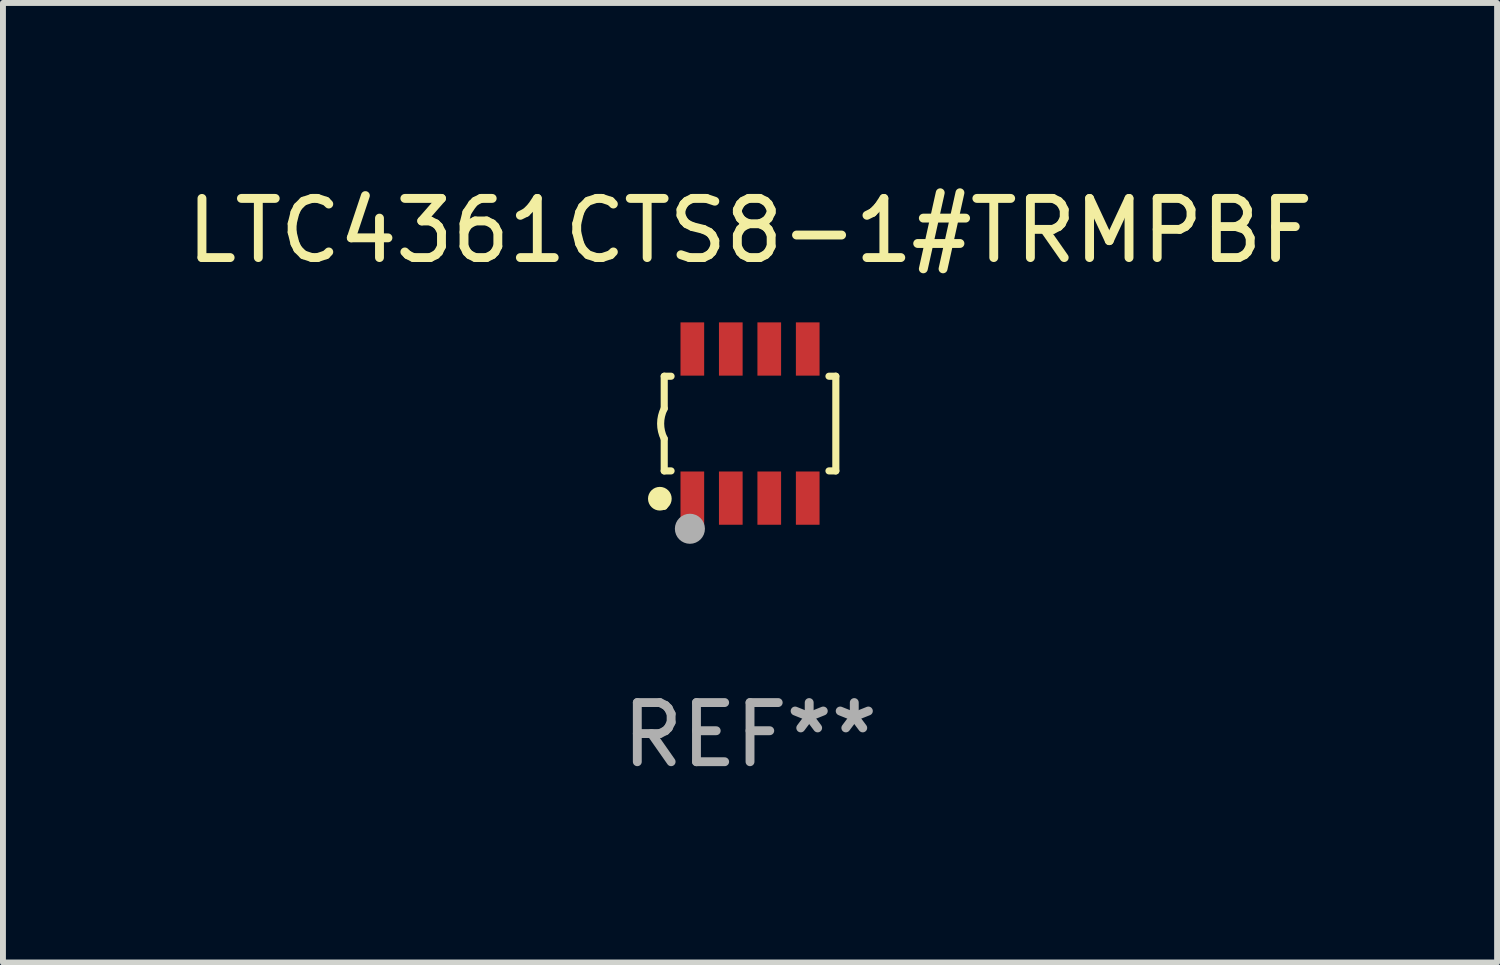
<source format=kicad_pcb>
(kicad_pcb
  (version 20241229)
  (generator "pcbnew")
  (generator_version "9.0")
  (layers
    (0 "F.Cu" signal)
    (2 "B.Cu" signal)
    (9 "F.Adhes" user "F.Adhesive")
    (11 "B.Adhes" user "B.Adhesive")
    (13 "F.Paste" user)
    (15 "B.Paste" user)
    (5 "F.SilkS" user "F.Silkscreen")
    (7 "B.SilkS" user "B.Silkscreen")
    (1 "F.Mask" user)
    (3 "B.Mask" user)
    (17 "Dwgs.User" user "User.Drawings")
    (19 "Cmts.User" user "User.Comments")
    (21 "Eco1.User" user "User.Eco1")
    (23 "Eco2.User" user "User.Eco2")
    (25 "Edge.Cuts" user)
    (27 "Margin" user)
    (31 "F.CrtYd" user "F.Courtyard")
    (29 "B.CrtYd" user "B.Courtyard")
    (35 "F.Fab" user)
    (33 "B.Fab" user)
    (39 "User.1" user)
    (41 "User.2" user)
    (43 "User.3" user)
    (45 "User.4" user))
  (footprint "LTC4361CTS8-1#TRMPBF"
    (layer "F.Cu")
    (at 9.625 4.108)
    (property "Reference" "LTC4361CTS8-1#TRMPBF" (at 0 -3.26 0) (layer "F.SilkS") (effects (font (size 1 1) (thickness 0.15))))
    (attr through_hole)
    (fp_line (start -1.45 -0.8) (end -1.45 -0.254) (stroke (width 0.12) (type solid)) (layer "F.SilkS"))
    (fp_line (start -1.45 -0.8) (end -1.334 -0.8) (stroke (width 0.12) (type solid)) (layer "F.SilkS"))
    (fp_line (start -1.45 0.8) (end -1.45 0.254) (stroke (width 0.12) (type solid)) (layer "F.SilkS"))
    (fp_line (start -1.45 0.8) (end -1.334 0.8) (stroke (width 0.12) (type solid)) (layer "F.SilkS"))
    (fp_line (start 1.334 -0.8) (end 1.45 -0.8) (stroke (width 0.12) (type solid)) (layer "F.SilkS"))
    (fp_line (start 1.334 0.8) (end 1.45 0.8) (stroke (width 0.12) (type solid)) (layer "F.SilkS"))
    (fp_line (start 1.45 0.8) (end 1.45 -0.8) (stroke (width 0.12) (type solid)) (layer "F.SilkS"))
    (fp_arc (start -1.45075 0.255144) (mid -1.510605 0.000434) (end -1.450013 -0.254102) (stroke (width 0.11999) (type solid)) (layer "F.SilkS"))
    (fp_circle (center -1.524 1.27) (end -1.424 1.27) (stroke (width 0.2) (type solid)) (fill no) (layer "F.SilkS"))
    (fp_circle (center -1.45 1.4) (end -1.42 1.4) (stroke (width 0.06) (type solid)) (fill no) (layer "F.SilkS"))
    (fp_circle (center -1.016 1.778) (end -0.889 1.778) (stroke (width 0.254) (type solid)) (fill no) (layer "F.Fab"))
    (fp_text user "REF**" (at 0 5.26 0) (layer "F.Fab") (effects (font (size 1 1) (thickness 0.15))))
    (pad "1" smd rect (at -0.975 1.26) (size 0.4 0.9) (layers "F.Cu" "F.Mask" "F.Paste"))
    (pad "2" smd rect (at -0.325 1.26) (size 0.4 0.9) (layers "F.Cu" "F.Mask" "F.Paste"))
    (pad "3" smd rect (at 0.325 1.26) (size 0.4 0.9) (layers "F.Cu" "F.Mask" "F.Paste"))
    (pad "4" smd rect (at 0.975 1.26) (size 0.4 0.9) (layers "F.Cu" "F.Mask" "F.Paste"))
    (pad "5" smd rect (at 0.975 -1.26) (size 0.4 0.9) (layers "F.Cu" "F.Mask" "F.Paste"))
    (pad "6" smd rect (at 0.325 -1.26) (size 0.4 0.9) (layers "F.Cu" "F.Mask" "F.Paste"))
    (pad "7" smd rect (at -0.325 -1.26) (size 0.4 0.9) (layers "F.Cu" "F.Mask" "F.Paste"))
    (pad "8" smd rect (at -0.975 -1.26) (size 0.4 0.9) (layers "F.Cu" "F.Mask" "F.Paste")))
  (gr_rect
    (start -3 -3)
    (end 22.25 13.216)
    (stroke (width 0.1) (type default))
    (fill no)
    (layer "Edge.Cuts")))
</source>
